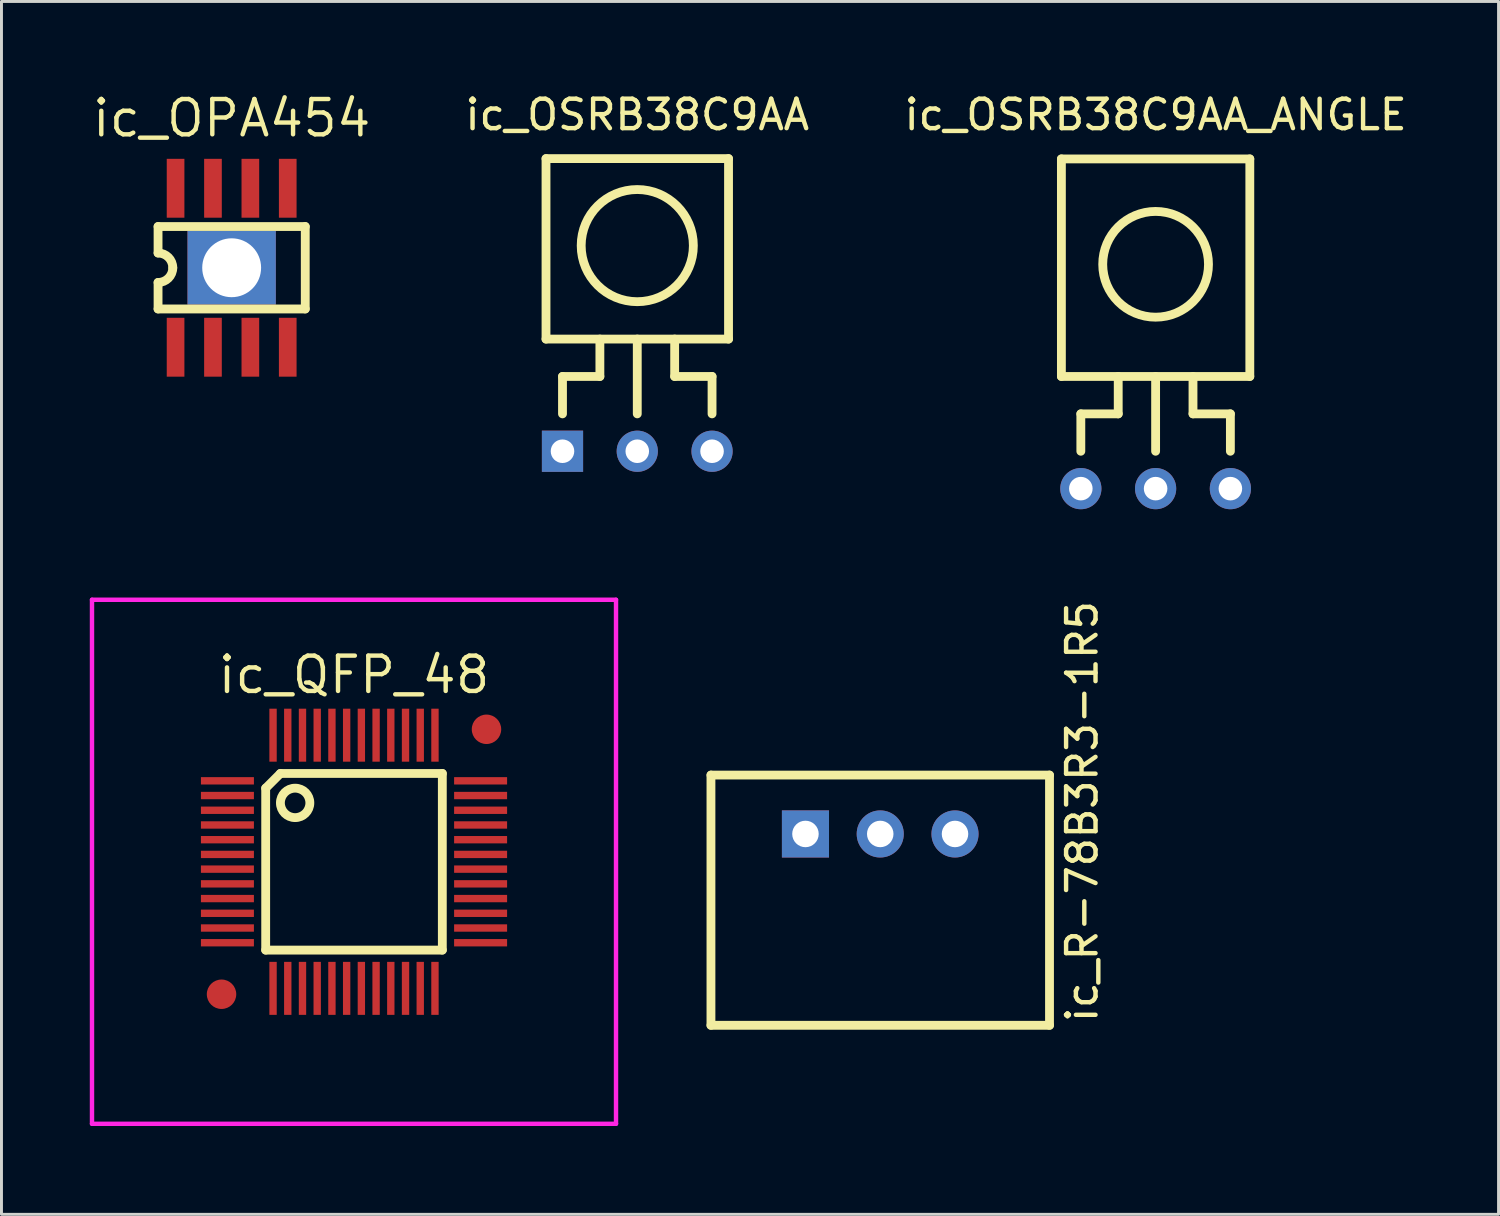
<source format=kicad_pcb>
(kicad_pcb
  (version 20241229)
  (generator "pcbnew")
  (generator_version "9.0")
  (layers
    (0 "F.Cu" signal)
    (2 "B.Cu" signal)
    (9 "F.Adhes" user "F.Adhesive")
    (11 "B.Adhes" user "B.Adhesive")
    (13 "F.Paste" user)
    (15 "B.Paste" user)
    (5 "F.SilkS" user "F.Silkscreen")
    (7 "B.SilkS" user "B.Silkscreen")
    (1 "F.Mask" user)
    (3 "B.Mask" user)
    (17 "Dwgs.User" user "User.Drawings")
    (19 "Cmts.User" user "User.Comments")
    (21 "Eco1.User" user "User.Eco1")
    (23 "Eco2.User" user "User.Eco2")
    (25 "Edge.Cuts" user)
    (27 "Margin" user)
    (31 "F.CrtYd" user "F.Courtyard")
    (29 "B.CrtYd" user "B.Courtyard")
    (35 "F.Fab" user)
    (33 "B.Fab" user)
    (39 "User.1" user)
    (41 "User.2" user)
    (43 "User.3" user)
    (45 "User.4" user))
  (footprint "ic_R-78B3R3-1R5"
    (layer "F.Cu")
    (at 26.85 25.278)
    (property "Reference" "ic_R-78B3R3-1R5" (at 6.858 -0.762 90) (layer "F.SilkS") (effects (font (size 1 1) (thickness 0.15))))
    (attr through_hole)
    (fp_line (start -5.75 -2) (end -5.75 6.5) (stroke (width 0.3) (type solid)) (layer "F.SilkS"))
    (fp_line (start -5.75 6.5) (end 5.75 6.5) (stroke (width 0.3) (type solid)) (layer "F.SilkS"))
    (fp_line (start 5.75 -2) (end -5.75 -2) (stroke (width 0.3) (type solid)) (layer "F.SilkS"))
    (fp_line (start 5.75 6.5) (end 5.75 -2) (stroke (width 0.3) (type solid)) (layer "F.SilkS"))
    (pad "1" thru_hole rect (at -2.54 0) (size 1.6 1.6) (drill 0.9) (layers "*.Cu" "*.Mask"))
    (pad "2" thru_hole circle (at 0 0) (size 1.6 1.6) (drill 0.9) (layers "*.Cu" "*.Mask"))
    (pad "3" thru_hole circle (at 2.54 0) (size 1.6 1.6) (drill 0.9) (layers "*.Cu" "*.Mask")))
  (footprint "ic_OSRB38C9AA"
    (layer "F.Cu")
    (at 18.597 12.278)
    (property "Reference" "ic_OSRB38C9AA" (at 0 -11.43 0) (layer "F.SilkS") (effects (font (size 1 1) (thickness 0.15))))
    (attr through_hole)
    (fp_line (start -3.1 -9.94) (end -3.1 -3.81) (stroke (width 0.3) (type solid)) (layer "F.SilkS"))
    (fp_line (start -3.1 -3.81) (end 3.1 -3.81) (stroke (width 0.3) (type solid)) (layer "F.SilkS"))
    (fp_line (start -2.54 -2.54) (end -1.27 -2.54) (stroke (width 0.3) (type solid)) (layer "F.SilkS"))
    (fp_line (start -2.54 -1.27) (end -2.54 -2.54) (stroke (width 0.3) (type solid)) (layer "F.SilkS"))
    (fp_line (start -1.27 -2.54) (end -1.27 -3.81) (stroke (width 0.3) (type solid)) (layer "F.SilkS"))
    (fp_line (start 0 -3.81) (end 0 -1.27) (stroke (width 0.3) (type solid)) (layer "F.SilkS"))
    (fp_line (start 1.27 -2.54) (end 1.27 -3.81) (stroke (width 0.3) (type solid)) (layer "F.SilkS"))
    (fp_line (start 2.54 -2.54) (end 1.27 -2.54) (stroke (width 0.3) (type solid)) (layer "F.SilkS"))
    (fp_line (start 2.54 -1.27) (end 2.54 -2.54) (stroke (width 0.3) (type solid)) (layer "F.SilkS"))
    (fp_line (start 3.1 -9.94) (end -3.1 -9.94) (stroke (width 0.3) (type solid)) (layer "F.SilkS"))
    (fp_line (start 3.1 -3.81) (end 3.1 -9.94) (stroke (width 0.3) (type solid)) (layer "F.SilkS"))
    (fp_circle (center 0 -6.985) (end 1.905 -6.985) (stroke (width 0.3) (type solid)) (fill no) (layer "F.SilkS"))
    (pad "1" thru_hole rect (at -2.54 0) (size 1.4 1.4) (drill 0.8) (layers "*.Cu" "*.Mask"))
    (pad "2" thru_hole circle (at 0 0) (size 1.4 1.4) (drill 0.8) (layers "*.Cu" "*.Mask"))
    (pad "3" thru_hole circle (at 2.54 0) (size 1.4 1.4) (drill 0.8) (layers "*.Cu" "*.Mask")))
  (footprint "ic_OPA454"
    (layer "F.Cu")
    (at 4.819 6.045)
    (property "Reference" "ic_OPA454" (at 0 -5.08 180) (layer "F.SilkS") (effects (font (size 1.2 1.2) (thickness 0.15))))
    (attr through_hole)
    (fp_line (start -2.5 -1.4) (end -2.5 -0.5) (stroke (width 0.3) (type solid)) (layer "F.SilkS"))
    (fp_line (start -2.5 0.5) (end -2.5 1.4) (stroke (width 0.3) (type solid)) (layer "F.SilkS"))
    (fp_line (start -2.5 1.4) (end 2.5 1.4) (stroke (width 0.3) (type solid)) (layer "F.SilkS"))
    (fp_line (start 2.5 -1.4) (end -2.5 -1.4) (stroke (width 0.3) (type solid)) (layer "F.SilkS"))
    (fp_line (start 2.5 1.4) (end 2.5 -1.4) (stroke (width 0.3) (type solid)) (layer "F.SilkS"))
    (fp_arc (start -2.5 -0.5) (mid -2.146447 -0.353553) (end -2 0) (stroke (width 0.3) (type solid)) (layer "F.SilkS"))
    (fp_arc (start -2 0) (mid -2.146447 0.353553) (end -2.5 0.5) (stroke (width 0.3) (type solid)) (layer "F.SilkS"))
    (pad "1" smd rect (at -1.905 2.7) (size 0.6 2) (layers "F.Cu" "F.Mask" "F.Paste"))
    (pad "2" smd rect (at -0.635 2.7) (size 0.6 2) (layers "F.Cu" "F.Mask" "F.Paste"))
    (pad "3" smd rect (at 0.635 2.7) (size 0.6 2) (layers "F.Cu" "F.Mask" "F.Paste"))
    (pad "4" smd rect (at 1.905 2.7) (size 0.6 2) (layers "F.Cu" "F.Mask" "F.Paste"))
    (pad "5" smd rect (at 1.905 -2.7) (size 0.6 2) (layers "F.Cu" "F.Mask" "F.Paste"))
    (pad "6" smd rect (at 0.635 -2.7) (size 0.6 2) (layers "F.Cu" "F.Mask" "F.Paste"))
    (pad "7" smd rect (at -0.635 -2.7) (size 0.6 2) (layers "F.Cu" "F.Mask" "F.Paste"))
    (pad "8" smd rect (at -1.905 -2.7) (size 0.6 2) (layers "F.Cu" "F.Mask" "F.Paste"))
    (pad "9" thru_hole rect (at 0 0) (size 3 2.5) (drill 2) (layers "*.Cu" "*.Mask")))
  (footprint "ic_OSRB38C9AA_ANGLE"
    (layer "F.Cu")
    (at 36.204 13.548)
    (property "Reference" "ic_OSRB38C9AA_ANGLE" (at 0 -12.7 0) (layer "F.SilkS") (effects (font (size 1 1) (thickness 0.15))))
    (attr through_hole)
    (fp_line (start -3.2 -11.2) (end -3.2 -3.81) (stroke (width 0.3) (type solid)) (layer "F.SilkS"))
    (fp_line (start -3.2 -3.81) (end 3.2 -3.81) (stroke (width 0.3) (type solid)) (layer "F.SilkS"))
    (fp_line (start -2.54 -2.54) (end -1.27 -2.54) (stroke (width 0.3) (type solid)) (layer "F.SilkS"))
    (fp_line (start -2.54 -1.27) (end -2.54 -2.54) (stroke (width 0.3) (type solid)) (layer "F.SilkS"))
    (fp_line (start -1.27 -2.54) (end -1.27 -3.81) (stroke (width 0.3) (type solid)) (layer "F.SilkS"))
    (fp_line (start 0 -3.81) (end 0 -1.27) (stroke (width 0.3) (type solid)) (layer "F.SilkS"))
    (fp_line (start 1.27 -2.54) (end 1.27 -3.81) (stroke (width 0.3) (type solid)) (layer "F.SilkS"))
    (fp_line (start 2.54 -2.54) (end 1.27 -2.54) (stroke (width 0.3) (type solid)) (layer "F.SilkS"))
    (fp_line (start 2.54 -1.27) (end 2.54 -2.54) (stroke (width 0.3) (type solid)) (layer "F.SilkS"))
    (fp_line (start 3.2 -11.2) (end -3.2 -11.2) (stroke (width 0.3) (type solid)) (layer "F.SilkS"))
    (fp_line (start 3.2 -3.81) (end 3.2 -11.2) (stroke (width 0.3) (type solid)) (layer "F.SilkS"))
    (fp_circle (center 0 -7.62) (end 1.27 -6.35) (stroke (width 0.3) (type solid)) (fill no) (layer "F.SilkS"))
    (pad "1" thru_hole circle (at -2.54 0) (size 1.4 1.4) (drill 0.8) (layers "*.Cu" "*.Mask"))
    (pad "2" thru_hole circle (at 0 0) (size 1.4 1.4) (drill 0.8) (layers "*.Cu" "*.Mask"))
    (pad "3" thru_hole circle (at 2.54 0) (size 1.4 1.4) (drill 0.8) (layers "*.Cu" "*.Mask")))
  (footprint "ic_QFP_48"
    (layer "F.Cu")
    (at 8.975 26.223)
    (property "Reference" "ic_QFP_48" (at 0 -6.35 0) (layer "F.SilkS") (effects (font (size 1.2 1.2) (thickness 0.15))))
    (attr through_hole)
    (fp_line (start -3 -2.5) (end -3 3) (stroke (width 0.3) (type solid)) (layer "F.SilkS"))
    (fp_line (start -3 3) (end 3 3) (stroke (width 0.3) (type solid)) (layer "F.SilkS"))
    (fp_line (start -2.5 -3) (end -3 -2.5) (stroke (width 0.3) (type solid)) (layer "F.SilkS"))
    (fp_line (start 3 -3) (end -2.5 -3) (stroke (width 0.3) (type solid)) (layer "F.SilkS"))
    (fp_line (start 3 3) (end 3 -3) (stroke (width 0.3) (type solid)) (layer "F.SilkS"))
    (fp_circle (center -2 -2) (end -1.5 -2) (stroke (width 0.3) (type solid)) (fill no) (layer "F.SilkS"))
    (fp_line (start -8.9 -8.9) (end 8.9 -8.9) (stroke (width 0.15) (type solid)) (layer "F.CrtYd"))
    (fp_line (start -8.9 8.9) (end -8.9 -8.9) (stroke (width 0.15) (type solid)) (layer "F.CrtYd"))
    (fp_line (start 8.9 -8.9) (end 8.9 8.9) (stroke (width 0.15) (type solid)) (layer "F.CrtYd"))
    (fp_line (start 8.9 8.9) (end -8.9 8.9) (stroke (width 0.15) (type solid)) (layer "F.CrtYd"))
    (pad "" smd circle (at -4.5 4.5) (size 2 2) (layers "F.Mask"))
    (pad "" smd circle (at 4.5 -4.5) (size 2 2) (layers "F.Mask"))
    (pad "1" smd rect (at -4.3 -2.75 90) (size 0.25 1.8) (layers "F.Cu" "F.Mask" "F.Paste"))
    (pad "2" smd rect (at -4.3 -2.25 90) (size 0.25 1.8) (layers "F.Cu" "F.Mask" "F.Paste"))
    (pad "3" smd rect (at -4.3 -1.75 90) (size 0.25 1.8) (layers "F.Cu" "F.Mask" "F.Paste"))
    (pad "4" smd rect (at -4.3 -1.25 90) (size 0.25 1.8) (layers "F.Cu" "F.Mask" "F.Paste"))
    (pad "5" smd rect (at -4.3 -0.75 90) (size 0.25 1.8) (layers "F.Cu" "F.Mask" "F.Paste"))
    (pad "6" smd rect (at -4.3 -0.25 90) (size 0.25 1.8) (layers "F.Cu" "F.Mask" "F.Paste"))
    (pad "7" smd rect (at -4.3 0.25 90) (size 0.25 1.8) (layers "F.Cu" "F.Mask" "F.Paste"))
    (pad "8" smd rect (at -4.3 0.75 90) (size 0.25 1.8) (layers "F.Cu" "F.Mask" "F.Paste"))
    (pad "9" smd rect (at -4.3 1.25 90) (size 0.25 1.8) (layers "F.Cu" "F.Mask" "F.Paste"))
    (pad "10" smd rect (at -4.3 1.75 90) (size 0.25 1.8) (layers "F.Cu" "F.Mask" "F.Paste"))
    (pad "11" smd rect (at -4.3 2.25 90) (size 0.25 1.8) (layers "F.Cu" "F.Mask" "F.Paste"))
    (pad "12" smd rect (at -4.3 2.75 90) (size 0.25 1.8) (layers "F.Cu" "F.Mask" "F.Paste"))
    (pad "13" smd rect (at -2.75 4.3) (size 0.25 1.8) (layers "F.Cu" "F.Mask" "F.Paste"))
    (pad "14" smd rect (at -2.25 4.3) (size 0.25 1.8) (layers "F.Cu" "F.Mask" "F.Paste"))
    (pad "15" smd rect (at -1.75 4.3) (size 0.25 1.8) (layers "F.Cu" "F.Mask" "F.Paste"))
    (pad "16" smd rect (at -1.25 4.3) (size 0.25 1.8) (layers "F.Cu" "F.Mask" "F.Paste"))
    (pad "17" smd rect (at -0.75 4.3) (size 0.25 1.8) (layers "F.Cu" "F.Mask" "F.Paste"))
    (pad "18" smd rect (at -0.25 4.3) (size 0.25 1.8) (layers "F.Cu" "F.Mask" "F.Paste"))
    (pad "19" smd rect (at 0.25 4.3) (size 0.25 1.8) (layers "F.Cu" "F.Mask" "F.Paste"))
    (pad "20" smd rect (at 0.75 4.3) (size 0.25 1.8) (layers "F.Cu" "F.Mask" "F.Paste"))
    (pad "21" smd rect (at 1.25 4.3) (size 0.25 1.8) (layers "F.Cu" "F.Mask" "F.Paste"))
    (pad "22" smd rect (at 1.75 4.3) (size 0.25 1.8) (layers "F.Cu" "F.Mask" "F.Paste"))
    (pad "23" smd rect (at 2.25 4.3) (size 0.25 1.8) (layers "F.Cu" "F.Mask" "F.Paste"))
    (pad "24" smd rect (at 2.75 4.3) (size 0.25 1.8) (layers "F.Cu" "F.Mask" "F.Paste"))
    (pad "25" smd rect (at 4.3 2.75 90) (size 0.25 1.8) (layers "F.Cu" "F.Mask" "F.Paste"))
    (pad "26" smd rect (at 4.3 2.25 90) (size 0.25 1.8) (layers "F.Cu" "F.Mask" "F.Paste"))
    (pad "27" smd rect (at 4.3 1.75 90) (size 0.25 1.8) (layers "F.Cu" "F.Mask" "F.Paste"))
    (pad "28" smd rect (at 4.3 1.25 90) (size 0.25 1.8) (layers "F.Cu" "F.Mask" "F.Paste"))
    (pad "29" smd rect (at 4.3 0.75 90) (size 0.25 1.8) (layers "F.Cu" "F.Mask" "F.Paste"))
    (pad "30" smd rect (at 4.3 0.25 90) (size 0.25 1.8) (layers "F.Cu" "F.Mask" "F.Paste"))
    (pad "31" smd rect (at 4.3 -0.25 90) (size 0.25 1.8) (layers "F.Cu" "F.Mask" "F.Paste"))
    (pad "32" smd rect (at 4.3 -0.75 90) (size 0.25 1.8) (layers "F.Cu" "F.Mask" "F.Paste"))
    (pad "33" smd rect (at 4.3 -1.25 90) (size 0.25 1.8) (layers "F.Cu" "F.Mask" "F.Paste"))
    (pad "34" smd rect (at 4.3 -1.75 90) (size 0.25 1.8) (layers "F.Cu" "F.Mask" "F.Paste"))
    (pad "35" smd rect (at 4.3 -2.25 90) (size 0.25 1.8) (layers "F.Cu" "F.Mask" "F.Paste"))
    (pad "36" smd rect (at 4.3 -2.75 90) (size 0.25 1.8) (layers "F.Cu" "F.Mask" "F.Paste"))
    (pad "37" smd rect (at 2.75 -4.3) (size 0.25 1.8) (layers "F.Cu" "F.Mask" "F.Paste"))
    (pad "38" smd rect (at 2.25 -4.3) (size 0.25 1.8) (layers "F.Cu" "F.Mask" "F.Paste"))
    (pad "39" smd rect (at 1.75 -4.3) (size 0.25 1.8) (layers "F.Cu" "F.Mask" "F.Paste"))
    (pad "40" smd rect (at 1.25 -4.3) (size 0.25 1.8) (layers "F.Cu" "F.Mask" "F.Paste"))
    (pad "41" smd rect (at 0.75 -4.3) (size 0.25 1.8) (layers "F.Cu" "F.Mask" "F.Paste"))
    (pad "42" smd rect (at 0.25 -4.3) (size 0.25 1.8) (layers "F.Cu" "F.Mask" "F.Paste"))
    (pad "43" smd rect (at -0.25 -4.3) (size 0.25 1.8) (layers "F.Cu" "F.Mask" "F.Paste"))
    (pad "44" smd rect (at -0.75 -4.3) (size 0.25 1.8) (layers "F.Cu" "F.Mask" "F.Paste"))
    (pad "45" smd rect (at -1.25 -4.3) (size 0.25 1.8) (layers "F.Cu" "F.Mask" "F.Paste"))
    (pad "46" smd rect (at -1.75 -4.3) (size 0.25 1.8) (layers "F.Cu" "F.Mask" "F.Paste"))
    (pad "47" smd rect (at -2.25 -4.3) (size 0.25 1.8) (layers "F.Cu" "F.Mask" "F.Paste"))
    (pad "48" smd rect (at -2.75 -4.3) (size 0.25 1.8) (layers "F.Cu" "F.Mask" "F.Paste"))
    (pad "49" smd circle (at -4.5 4.5) (size 1 1) (layers "F.Cu" "F.Mask" "F.Paste"))
    (pad "50" smd circle (at 4.5 -4.5) (size 1 1) (layers "F.Cu" "F.Mask" "F.Paste")))
  (gr_rect
    (start -3 -3)
    (end 47.853 38.198)
    (stroke (width 0.1) (type default))
    (fill no)
    (layer "Edge.Cuts")))
</source>
